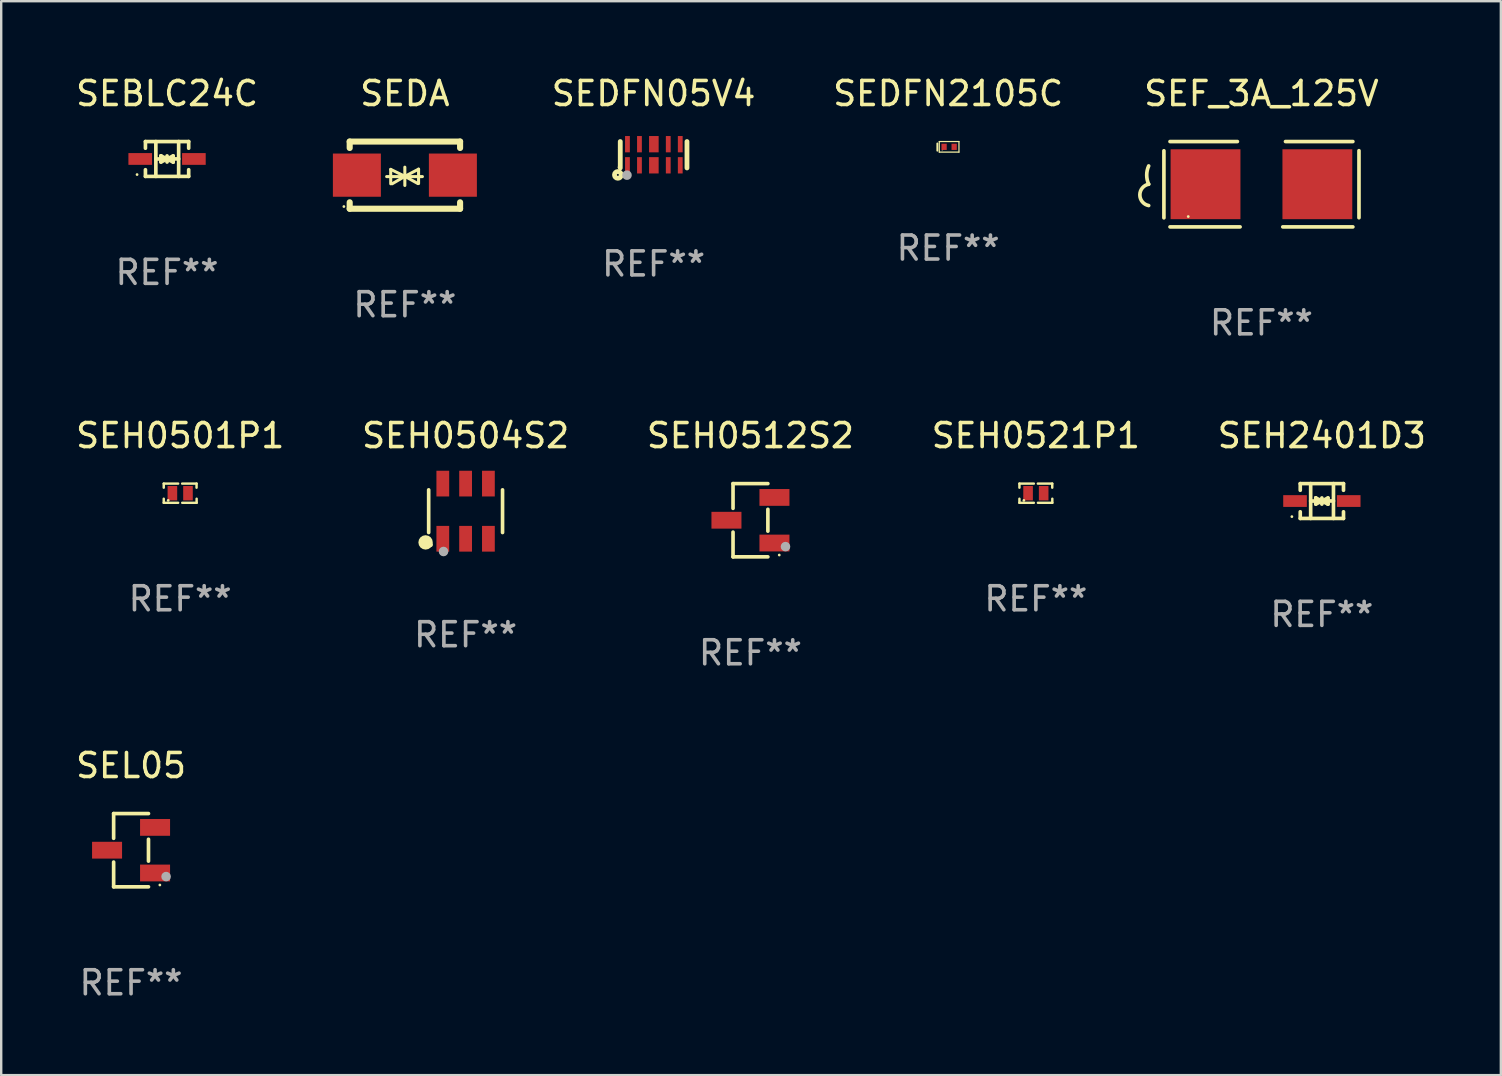
<source format=kicad_pcb>
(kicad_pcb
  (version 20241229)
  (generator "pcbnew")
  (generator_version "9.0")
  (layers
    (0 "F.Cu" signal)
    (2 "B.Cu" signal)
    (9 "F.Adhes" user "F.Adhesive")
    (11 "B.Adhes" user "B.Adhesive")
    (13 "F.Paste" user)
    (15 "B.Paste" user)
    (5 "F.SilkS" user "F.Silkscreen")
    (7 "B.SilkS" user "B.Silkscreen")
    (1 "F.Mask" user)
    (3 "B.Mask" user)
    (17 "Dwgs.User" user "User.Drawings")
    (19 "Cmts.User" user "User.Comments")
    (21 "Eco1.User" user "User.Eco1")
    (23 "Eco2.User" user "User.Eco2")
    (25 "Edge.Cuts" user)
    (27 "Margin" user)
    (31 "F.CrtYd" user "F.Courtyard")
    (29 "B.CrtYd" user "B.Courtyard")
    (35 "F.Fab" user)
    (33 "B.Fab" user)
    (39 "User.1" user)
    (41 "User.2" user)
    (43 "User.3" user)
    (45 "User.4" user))
  (footprint "SEDA"
    (layer "F.Cu")
    (at 13.821 4.248)
    (property "Reference" "SEDA" (at 0 -3.4 0) (layer "F.SilkS") (effects (font (size 1 1) (thickness 0.15))))
    (attr through_hole)
    (fp_line (start -2.3 -1.4) (end -2.3 -1.131) (stroke (width 0.254) (type solid)) (layer "F.SilkS"))
    (fp_line (start -2.3 -1.4) (end 2.3 -1.4) (stroke (width 0.254) (type solid)) (layer "F.SilkS"))
    (fp_line (start -2.3 1.131) (end -2.3 1.4) (stroke (width 0.254) (type solid)) (layer "F.SilkS"))
    (fp_line (start -2.3 1.4) (end 2.3 1.4) (stroke (width 0.254) (type solid)) (layer "F.SilkS"))
    (fp_line (start -0.76 0.06) (end 0.73 0.06) (stroke (width 0.127) (type solid)) (layer "F.SilkS"))
    (fp_line (start -0.59 -0.24) (end -0.59 0.36) (stroke (width 0.127) (type solid)) (layer "F.SilkS"))
    (fp_line (start -0.59 -0.24) (end -0.002 0.049) (stroke (width 0.127) (type solid)) (layer "F.SilkS"))
    (fp_line (start -0.53 0.36) (end -0.002 0.049) (stroke (width 0.127) (type solid)) (layer "F.SilkS"))
    (fp_line (start -0.002 0.049) (end -0.002 -0.332) (stroke (width 0.127) (type solid)) (layer "F.SilkS"))
    (fp_line (start -0.002 0.049) (end -0.002 0.43) (stroke (width 0.127) (type solid)) (layer "F.SilkS"))
    (fp_line (start 0.54 0.35) (end -0.002 0.049) (stroke (width 0.127) (type solid)) (layer "F.SilkS"))
    (fp_line (start 0.57 -0.25) (end -0.002 0.049) (stroke (width 0.127) (type solid)) (layer "F.SilkS"))
    (fp_line (start 0.57 -0.25) (end 0.57 0.35) (stroke (width 0.127) (type solid)) (layer "F.SilkS"))
    (fp_line (start 2.3 -1.4) (end 2.3 -1.131) (stroke (width 0.254) (type solid)) (layer "F.SilkS"))
    (fp_line (start 2.3 1.131) (end 2.3 1.4) (stroke (width 0.254) (type solid)) (layer "F.SilkS"))
    (fp_circle (center -2.542 1.308) (end -2.512 1.308) (stroke (width 0.06) (type solid)) (fill no) (layer "F.SilkS"))
    (fp_text user "REF**" (at 0 5.4 0) (layer "F.Fab") (effects (font (size 1 1) (thickness 0.15))))
    (pad "1" smd rect (at -2 0) (size 2 1.8) (layers "F.Cu" "F.Mask" "F.Paste"))
    (pad "2" smd rect (at 2 0) (size 2 1.8) (layers "F.Cu" "F.Mask" "F.Paste")))
  (footprint "SEH0512S2"
    (layer "F.Cu")
    (at 28.22 18.627)
    (property "Reference" "SEH0512S2" (at 0 -3.526 0) (layer "F.SilkS") (effects (font (size 1 1) (thickness 0.15))))
    (attr through_hole)
    (fp_line (start -0.726 -1.526) (end -0.726 -0.495) (stroke (width 0.152) (type solid)) (layer "F.SilkS"))
    (fp_line (start -0.726 1.526) (end -0.726 0.495) (stroke (width 0.152) (type solid)) (layer "F.SilkS"))
    (fp_line (start 0.726 -1.526) (end -0.726 -1.526) (stroke (width 0.152) (type solid)) (layer "F.SilkS"))
    (fp_line (start 0.726 -0.455) (end 0.726 0.455) (stroke (width 0.152) (type solid)) (layer "F.SilkS"))
    (fp_line (start 0.726 1.526) (end -0.726 1.526) (stroke (width 0.152) (type solid)) (layer "F.SilkS"))
    (fp_circle (center 1.2 1.45) (end 1.23 1.45) (stroke (width 0.06) (type solid)) (fill no) (layer "F.SilkS"))
    (fp_circle (center 1.46 1.1) (end 1.56 1.1) (stroke (width 0.2) (type solid)) (fill no) (layer "F.Fab"))
    (fp_text user "REF**" (at 0 5.526 0) (layer "F.Fab") (effects (font (size 1 1) (thickness 0.15))))
    (pad "1" smd rect (at 1 0.95) (size 1.25 0.7) (layers "F.Cu" "F.Mask" "F.Paste"))
    (pad "2" smd rect (at 1 -0.95) (size 1.25 0.7) (layers "F.Cu" "F.Mask" "F.Paste"))
    (pad "3" smd rect (at -1 0) (size 1.25 0.7) (layers "F.Cu" "F.Mask" "F.Paste")))
  (footprint "SEDFN2105C"
    (layer "F.Cu")
    (at 36.458 3.068)
    (property "Reference" "SEDFN2105C" (at 0 -2.22 0) (layer "F.SilkS") (effects (font (size 1 1) (thickness 0.15))))
    (attr through_hole)
    (fp_line (start -0.45 -0.14) (end -0.45 0.16) (stroke (width 0.08) (type solid)) (layer "F.SilkS"))
    (fp_line (start -0.37 -0.22) (end 0.45 -0.22) (stroke (width 0.051) (type solid)) (layer "F.SilkS"))
    (fp_line (start -0.37 0.22) (end -0.37 -0.22) (stroke (width 0.051) (type solid)) (layer "F.SilkS"))
    (fp_line (start 0.45 -0.22) (end 0.45 0.22) (stroke (width 0.051) (type solid)) (layer "F.SilkS"))
    (fp_line (start 0.45 0.22) (end -0.37 0.22) (stroke (width 0.051) (type solid)) (layer "F.SilkS"))
    (fp_circle (center -0.25 0.14) (end -0.24 0.14) (stroke (width 0.02) (type solid)) (fill no) (layer "F.SilkS"))
    (fp_text user "REF**" (at 0 4.22 0) (layer "F.Fab") (effects (font (size 1 1) (thickness 0.15))))
    (pad "1" smd rect (at -0.17 0 90) (size 0.26 0.22) (layers "F.Cu" "F.Mask" "F.Paste"))
    (pad "2" smd rect (at 0.25 0 90) (size 0.26 0.22) (layers "F.Cu" "F.Mask" "F.Paste")))
  (footprint "SEH2401D3"
    (layer "F.Cu")
    (at 52.03 17.827)
    (property "Reference" "SEH2401D3" (at 0 -2.726 0) (layer "F.SilkS") (effects (font (size 1 1) (thickness 0.15))))
    (attr through_hole)
    (fp_line (start -0.901 -0.726) (end -0.901 -0.448) (stroke (width 0.152) (type solid)) (layer "F.SilkS"))
    (fp_line (start -0.901 0.726) (end -0.901 0.448) (stroke (width 0.152) (type solid)) (layer "F.SilkS"))
    (fp_line (start -0.467 0) (end 0.483 -0.003) (stroke (width 0.154) (type solid)) (layer "F.SilkS"))
    (fp_line (start -0.467 0.726) (end -0.467 -0.726) (stroke (width 0.152) (type solid)) (layer "F.SilkS"))
    (fp_line (start -0.254 -0.127) (end -0.254 -0.127) (stroke (width 0.154) (type solid)) (layer "F.SilkS"))
    (fp_line (start -0.254 -0.127) (end -0.002 -0.003) (stroke (width 0.154) (type solid)) (layer "F.SilkS"))
    (fp_line (start -0.254 0.127) (end -0.254 -0.127) (stroke (width 0.154) (type solid)) (layer "F.SilkS"))
    (fp_line (start -0.127 0) (end 0.003 0) (stroke (width 0.154) (type solid)) (layer "F.SilkS"))
    (fp_line (start -0.003 0) (end -0.254 0.127) (stroke (width 0.154) (type solid)) (layer "F.SilkS"))
    (fp_line (start 0 -0.127) (end 0 0.127) (stroke (width 0.154) (type solid)) (layer "F.SilkS"))
    (fp_line (start 0.003 0) (end 0.254 -0.127) (stroke (width 0.154) (type solid)) (layer "F.SilkS"))
    (fp_line (start 0.127 0) (end -0.003 0) (stroke (width 0.154) (type solid)) (layer "F.SilkS"))
    (fp_line (start 0.254 -0.127) (end 0.254 0.127) (stroke (width 0.154) (type solid)) (layer "F.SilkS"))
    (fp_line (start 0.254 0.127) (end 0.002 0.003) (stroke (width 0.154) (type solid)) (layer "F.SilkS"))
    (fp_line (start 0.254 0.127) (end 0.254 0.127) (stroke (width 0.154) (type solid)) (layer "F.SilkS"))
    (fp_line (start 0.483 0.726) (end 0.483 -0.726) (stroke (width 0.152) (type solid)) (layer "F.SilkS"))
    (fp_line (start 0.901 -0.726) (end -0.901 -0.726) (stroke (width 0.152) (type solid)) (layer "F.SilkS"))
    (fp_line (start 0.901 -0.726) (end 0.901 -0.448) (stroke (width 0.152) (type solid)) (layer "F.SilkS"))
    (fp_line (start 0.901 0.726) (end -0.901 0.726) (stroke (width 0.152) (type solid)) (layer "F.SilkS"))
    (fp_line (start 0.901 0.726) (end 0.901 0.448) (stroke (width 0.152) (type solid)) (layer "F.SilkS"))
    (fp_circle (center -1.25 0.65) (end -1.22 0.65) (stroke (width 0.06) (type solid)) (fill no) (layer "F.SilkS"))
    (fp_text user "REF**" (at 0 4.726 0) (layer "F.Fab") (effects (font (size 1 1) (thickness 0.15))))
    (pad "1" smd rect (at -1.118 0) (size 0.985 0.49) (layers "F.Cu" "F.Mask" "F.Paste"))
    (pad "2" smd rect (at 1.118 0) (size 0.985 0.49) (layers "F.Cu" "F.Mask" "F.Paste")))
  (footprint "SEH0504S2"
    (layer "F.Cu")
    (at 16.351 18.25)
    (property "Reference" "SEH0504S2" (at 0 -3.149 0) (layer "F.SilkS") (effects (font (size 1 1) (thickness 0.15))))
    (attr through_hole)
    (fp_line (start -1.539 0.889) (end -1.539 -0.889) (stroke (width 0.152) (type solid)) (layer "F.SilkS"))
    (fp_line (start 1.539 0.889) (end 1.539 -0.889) (stroke (width 0.152) (type solid)) (layer "F.SilkS"))
    (fp_circle (center -1.668 1.301) (end -1.518 1.301) (stroke (width 0.3) (type solid)) (fill no) (layer "F.SilkS"))
    (fp_circle (center -1.463 1.4) (end -1.413 1.4) (stroke (width 0.1) (type solid)) (fill no) (layer "F.SilkS"))
    (fp_circle (center -0.92 1.68) (end -0.82 1.68) (stroke (width 0.2) (type solid)) (fill no) (layer "F.Fab"))
    (fp_text user "REF**" (at 0 5.149 0) (layer "F.Fab") (effects (font (size 1 1) (thickness 0.15))))
    (pad "1" smd rect (at -0.95 1.149) (size 0.532 1.072) (layers "F.Cu" "F.Mask" "F.Paste"))
    (pad "2" smd rect (at 0 1.149) (size 0.532 1.072) (layers "F.Cu" "F.Mask" "F.Paste"))
    (pad "3" smd rect (at 0.95 1.149) (size 0.532 1.072) (layers "F.Cu" "F.Mask" "F.Paste"))
    (pad "4" smd rect (at 0.95 -1.149) (size 0.532 1.072) (layers "F.Cu" "F.Mask" "F.Paste"))
    (pad "5" smd rect (at 0 -1.149) (size 0.532 1.072) (layers "F.Cu" "F.Mask" "F.Paste"))
    (pad "6" smd rect (at -0.95 -1.149) (size 0.532 1.072) (layers "F.Cu" "F.Mask" "F.Paste")))
  (footprint "SEH0521P1"
    (layer "F.Cu")
    (at 40.113 17.501)
    (property "Reference" "SEH0521P1" (at 0 -2.4 0) (layer "F.SilkS") (effects (font (size 1 1) (thickness 0.15))))
    (attr through_hole)
    (fp_line (start -0.685 -0.4) (end -0.685 -0.23) (stroke (width 0.102) (type solid)) (layer "F.SilkS"))
    (fp_line (start -0.685 0.4) (end -0.685 0.23) (stroke (width 0.102) (type solid)) (layer "F.SilkS"))
    (fp_line (start -0.085 -0.4) (end -0.685 -0.4) (stroke (width 0.102) (type solid)) (layer "F.SilkS"))
    (fp_line (start -0.085 0.4) (end -0.685 0.4) (stroke (width 0.102) (type solid)) (layer "F.SilkS"))
    (fp_line (start 0.082 -0.4) (end 0.682 -0.4) (stroke (width 0.102) (type solid)) (layer "F.SilkS"))
    (fp_line (start 0.085 0.4) (end 0.685 0.4) (stroke (width 0.102) (type solid)) (layer "F.SilkS"))
    (fp_line (start 0.682 -0.4) (end 0.682 -0.23) (stroke (width 0.102) (type solid)) (layer "F.SilkS"))
    (fp_line (start 0.685 0.4) (end 0.685 0.23) (stroke (width 0.102) (type solid)) (layer "F.SilkS"))
    (fp_circle (center -0.5 0.3) (end -0.47 0.3) (stroke (width 0.06) (type solid)) (fill no) (layer "F.SilkS"))
    (fp_text user "REF**" (at 0 4.4 0) (layer "F.Fab") (effects (font (size 1 1) (thickness 0.15))))
    (pad "1" smd rect (at -0.325 0) (size 0.4 0.6) (layers "F.Cu" "F.Mask" "F.Paste"))
    (pad "2" smd rect (at 0.325 0) (size 0.4 0.6) (layers "F.Cu" "F.Mask" "F.Paste")))
  (footprint "SEH0501P1"
    (layer "F.Cu")
    (at 4.458 17.501)
    (property "Reference" "SEH0501P1" (at 0 -2.4 0) (layer "F.SilkS") (effects (font (size 1 1) (thickness 0.15))))
    (attr through_hole)
    (fp_line (start -0.685 -0.4) (end -0.685 -0.23) (stroke (width 0.102) (type solid)) (layer "F.SilkS"))
    (fp_line (start -0.685 0.4) (end -0.685 0.23) (stroke (width 0.102) (type solid)) (layer "F.SilkS"))
    (fp_line (start -0.085 -0.4) (end -0.685 -0.4) (stroke (width 0.102) (type solid)) (layer "F.SilkS"))
    (fp_line (start -0.085 0.4) (end -0.685 0.4) (stroke (width 0.102) (type solid)) (layer "F.SilkS"))
    (fp_line (start 0.082 -0.4) (end 0.682 -0.4) (stroke (width 0.102) (type solid)) (layer "F.SilkS"))
    (fp_line (start 0.085 0.4) (end 0.685 0.4) (stroke (width 0.102) (type solid)) (layer "F.SilkS"))
    (fp_line (start 0.682 -0.4) (end 0.682 -0.23) (stroke (width 0.102) (type solid)) (layer "F.SilkS"))
    (fp_line (start 0.685 0.4) (end 0.685 0.23) (stroke (width 0.102) (type solid)) (layer "F.SilkS"))
    (fp_circle (center -0.5 0.3) (end -0.47 0.3) (stroke (width 0.06) (type solid)) (fill no) (layer "F.SilkS"))
    (fp_text user "REF**" (at 0 4.4 0) (layer "F.Fab") (effects (font (size 1 1) (thickness 0.15))))
    (pad "1" smd rect (at -0.325 0) (size 0.4 0.6) (layers "F.Cu" "F.Mask" "F.Paste"))
    (pad "2" smd rect (at 0.325 0) (size 0.4 0.6) (layers "F.Cu" "F.Mask" "F.Paste")))
  (footprint "SEL05"
    (layer "F.Cu")
    (at 2.411 32.376)
    (property "Reference" "SEL05" (at 0 -3.526 0) (layer "F.SilkS") (effects (font (size 1 1) (thickness 0.15))))
    (attr through_hole)
    (fp_line (start -0.726 -1.526) (end -0.726 -0.495) (stroke (width 0.152) (type solid)) (layer "F.SilkS"))
    (fp_line (start -0.726 1.526) (end -0.726 0.495) (stroke (width 0.152) (type solid)) (layer "F.SilkS"))
    (fp_line (start 0.726 -1.526) (end -0.726 -1.526) (stroke (width 0.152) (type solid)) (layer "F.SilkS"))
    (fp_line (start 0.726 -0.455) (end 0.726 0.455) (stroke (width 0.152) (type solid)) (layer "F.SilkS"))
    (fp_line (start 0.726 1.526) (end -0.726 1.526) (stroke (width 0.152) (type solid)) (layer "F.SilkS"))
    (fp_circle (center 1.2 1.45) (end 1.23 1.45) (stroke (width 0.06) (type solid)) (fill no) (layer "F.SilkS"))
    (fp_circle (center 1.46 1.1) (end 1.56 1.1) (stroke (width 0.2) (type solid)) (fill no) (layer "F.Fab"))
    (fp_text user "REF**" (at 0 5.526 0) (layer "F.Fab") (effects (font (size 1 1) (thickness 0.15))))
    (pad "1" smd rect (at 1 0.95) (size 1.25 0.7) (layers "F.Cu" "F.Mask" "F.Paste"))
    (pad "2" smd rect (at 1 -0.95) (size 1.25 0.7) (layers "F.Cu" "F.Mask" "F.Paste"))
    (pad "3" smd rect (at -1 0) (size 1.25 0.7) (layers "F.Cu" "F.Mask" "F.Paste")))
  (footprint "SEBLC24C"
    (layer "F.Cu")
    (at 3.911 3.574)
    (property "Reference" "SEBLC24C" (at 0 -2.726 0) (layer "F.SilkS") (effects (font (size 1 1) (thickness 0.15))))
    (attr through_hole)
    (fp_line (start -0.901 -0.726) (end -0.901 -0.448) (stroke (width 0.152) (type solid)) (layer "F.SilkS"))
    (fp_line (start -0.901 0.726) (end -0.901 0.448) (stroke (width 0.152) (type solid)) (layer "F.SilkS"))
    (fp_line (start -0.467 0) (end 0.483 -0.003) (stroke (width 0.154) (type solid)) (layer "F.SilkS"))
    (fp_line (start -0.467 0.726) (end -0.467 -0.726) (stroke (width 0.152) (type solid)) (layer "F.SilkS"))
    (fp_line (start -0.254 -0.127) (end -0.254 -0.127) (stroke (width 0.154) (type solid)) (layer "F.SilkS"))
    (fp_line (start -0.254 -0.127) (end -0.002 -0.003) (stroke (width 0.154) (type solid)) (layer "F.SilkS"))
    (fp_line (start -0.254 0.127) (end -0.254 -0.127) (stroke (width 0.154) (type solid)) (layer "F.SilkS"))
    (fp_line (start -0.127 0) (end 0.003 0) (stroke (width 0.154) (type solid)) (layer "F.SilkS"))
    (fp_line (start -0.003 0) (end -0.254 0.127) (stroke (width 0.154) (type solid)) (layer "F.SilkS"))
    (fp_line (start 0 -0.127) (end 0 0.127) (stroke (width 0.154) (type solid)) (layer "F.SilkS"))
    (fp_line (start 0.003 0) (end 0.254 -0.127) (stroke (width 0.154) (type solid)) (layer "F.SilkS"))
    (fp_line (start 0.127 0) (end -0.003 0) (stroke (width 0.154) (type solid)) (layer "F.SilkS"))
    (fp_line (start 0.254 -0.127) (end 0.254 0.127) (stroke (width 0.154) (type solid)) (layer "F.SilkS"))
    (fp_line (start 0.254 0.127) (end 0.002 0.003) (stroke (width 0.154) (type solid)) (layer "F.SilkS"))
    (fp_line (start 0.254 0.127) (end 0.254 0.127) (stroke (width 0.154) (type solid)) (layer "F.SilkS"))
    (fp_line (start 0.483 0.726) (end 0.483 -0.726) (stroke (width 0.152) (type solid)) (layer "F.SilkS"))
    (fp_line (start 0.901 -0.726) (end -0.901 -0.726) (stroke (width 0.152) (type solid)) (layer "F.SilkS"))
    (fp_line (start 0.901 -0.726) (end 0.901 -0.448) (stroke (width 0.152) (type solid)) (layer "F.SilkS"))
    (fp_line (start 0.901 0.726) (end -0.901 0.726) (stroke (width 0.152) (type solid)) (layer "F.SilkS"))
    (fp_line (start 0.901 0.726) (end 0.901 0.448) (stroke (width 0.152) (type solid)) (layer "F.SilkS"))
    (fp_circle (center -1.25 0.65) (end -1.22 0.65) (stroke (width 0.06) (type solid)) (fill no) (layer "F.SilkS"))
    (fp_text user "REF**" (at 0 4.726 0) (layer "F.Fab") (effects (font (size 1 1) (thickness 0.15))))
    (pad "1" smd rect (at -1.118 0) (size 0.985 0.49) (layers "F.Cu" "F.Mask" "F.Paste"))
    (pad "2" smd rect (at 1.118 0) (size 0.985 0.49) (layers "F.Cu" "F.Mask" "F.Paste")))
  (footprint "SEDFN05V4"
    (layer "F.Cu")
    (at 24.185 3.398)
    (property "Reference" "SEDFN05V4" (at 0 -2.55 0) (layer "F.SilkS") (effects (font (size 1 1) (thickness 0.15))))
    (attr through_hole)
    (fp_line (start -1.39 -0.55) (end -1.39 0.55) (stroke (width 0.2) (type solid)) (layer "F.SilkS"))
    (fp_line (start 1.39 -0.55) (end 1.39 0.55) (stroke (width 0.2) (type solid)) (layer "F.SilkS"))
    (fp_circle (center -1.49 0.84) (end -1.449 0.84) (stroke (width 0.2) (type solid)) (fill no) (layer "F.SilkS"))
    (fp_circle (center -1.44 0.52) (end -1.41 0.52) (stroke (width 0.06) (type solid)) (fill no) (layer "F.SilkS"))
    (fp_circle (center -1.11 0.85) (end -1.01 0.85) (stroke (width 0.2) (type solid)) (fill no) (layer "F.Fab"))
    (fp_text user "REF**" (at 0 4.55 0) (layer "F.Fab") (effects (font (size 1 1) (thickness 0.15))))
    (pad "1" smd rect (at -1.09 0.44) (size 0.2 0.68) (layers "F.Cu" "F.Mask" "F.Paste"))
    (pad "2" smd rect (at -0.59 0.44) (size 0.2 0.68) (layers "F.Cu" "F.Mask" "F.Paste"))
    (pad "3" smd rect (at 0.01 0.44) (size 0.4 0.68) (layers "F.Cu" "F.Mask" "F.Paste"))
    (pad "4" smd rect (at 0.61 0.44) (size 0.2 0.68) (layers "F.Cu" "F.Mask" "F.Paste"))
    (pad "5" smd rect (at 1.11 0.44) (size 0.2 0.68) (layers "F.Cu" "F.Mask" "F.Paste"))
    (pad "6" smd rect (at 1.11 -0.44) (size 0.2 0.68) (layers "F.Cu" "F.Mask" "F.Paste"))
    (pad "7" smd rect (at 0.61 -0.44) (size 0.2 0.68) (layers "F.Cu" "F.Mask" "F.Paste"))
    (pad "8" smd rect (at 0.01 -0.44) (size 0.4 0.68) (layers "F.Cu" "F.Mask" "F.Paste"))
    (pad "9" smd rect (at -0.59 -0.44) (size 0.2 0.68) (layers "F.Cu" "F.Mask" "F.Paste"))
    (pad "10" smd rect (at -1.09 -0.44) (size 0.2 0.68) (layers "F.Cu" "F.Mask" "F.Paste")))
  (footprint "SEF_3A_125V"
    (layer "F.Cu")
    (at 49.512 4.626)
    (property "Reference" "SEF_3A_125V" (at 0 -3.778 0) (layer "F.SilkS") (effects (font (size 1 1) (thickness 0.15))))
    (attr through_hole)
    (fp_line (start -4.064 -1.393) (end -4.064 1.401) (stroke (width 0.152) (type solid)) (layer "F.SilkS"))
    (fp_line (start -3.81 -1.778) (end -1.002 -1.778) (stroke (width 0.152) (type solid)) (layer "F.SilkS"))
    (fp_line (start -0.889 1.778) (end -3.81 1.778) (stroke (width 0.152) (type solid)) (layer "F.SilkS"))
    (fp_line (start 0.889 1.778) (end 3.81 1.778) (stroke (width 0.152) (type solid)) (layer "F.SilkS"))
    (fp_line (start 3.81 -1.778) (end 1.002 -1.778) (stroke (width 0.152) (type solid)) (layer "F.SilkS"))
    (fp_line (start 4.064 -1.397) (end 4.064 1.397) (stroke (width 0.152) (type solid)) (layer "F.SilkS"))
    (fp_arc (start -4.699009 0) (mid -4.780645 -0.381001) (end -4.699009 -0.762002) (stroke (width 0.151994) (type solid)) (layer "F.SilkS"))
    (fp_arc (start -4.699009 0.889002) (mid -5.066697 0.444501) (end -4.699009 0) (stroke (width 0.151994) (type solid)) (layer "F.SilkS"))
    (fp_circle (center -3.05 1.347) (end -3.02 1.347) (stroke (width 0.06) (type solid)) (fill no) (layer "F.SilkS"))
    (fp_text user "REF**" (at 0 5.778 0) (layer "F.Fab") (effects (font (size 1 1) (thickness 0.15))))
    (pad "1" smd rect (at -2.33 0) (size 2.91 2.911) (layers "F.Cu" "F.Mask" "F.Paste"))
    (pad "2" smd rect (at 2.33 0) (size 2.91 2.911) (layers "F.Cu" "F.Mask" "F.Paste")))
  (gr_rect
    (start -3 -3)
    (end 59.488 41.75)
    (stroke (width 0.1) (type default))
    (fill no)
    (layer "Edge.Cuts")))
</source>
